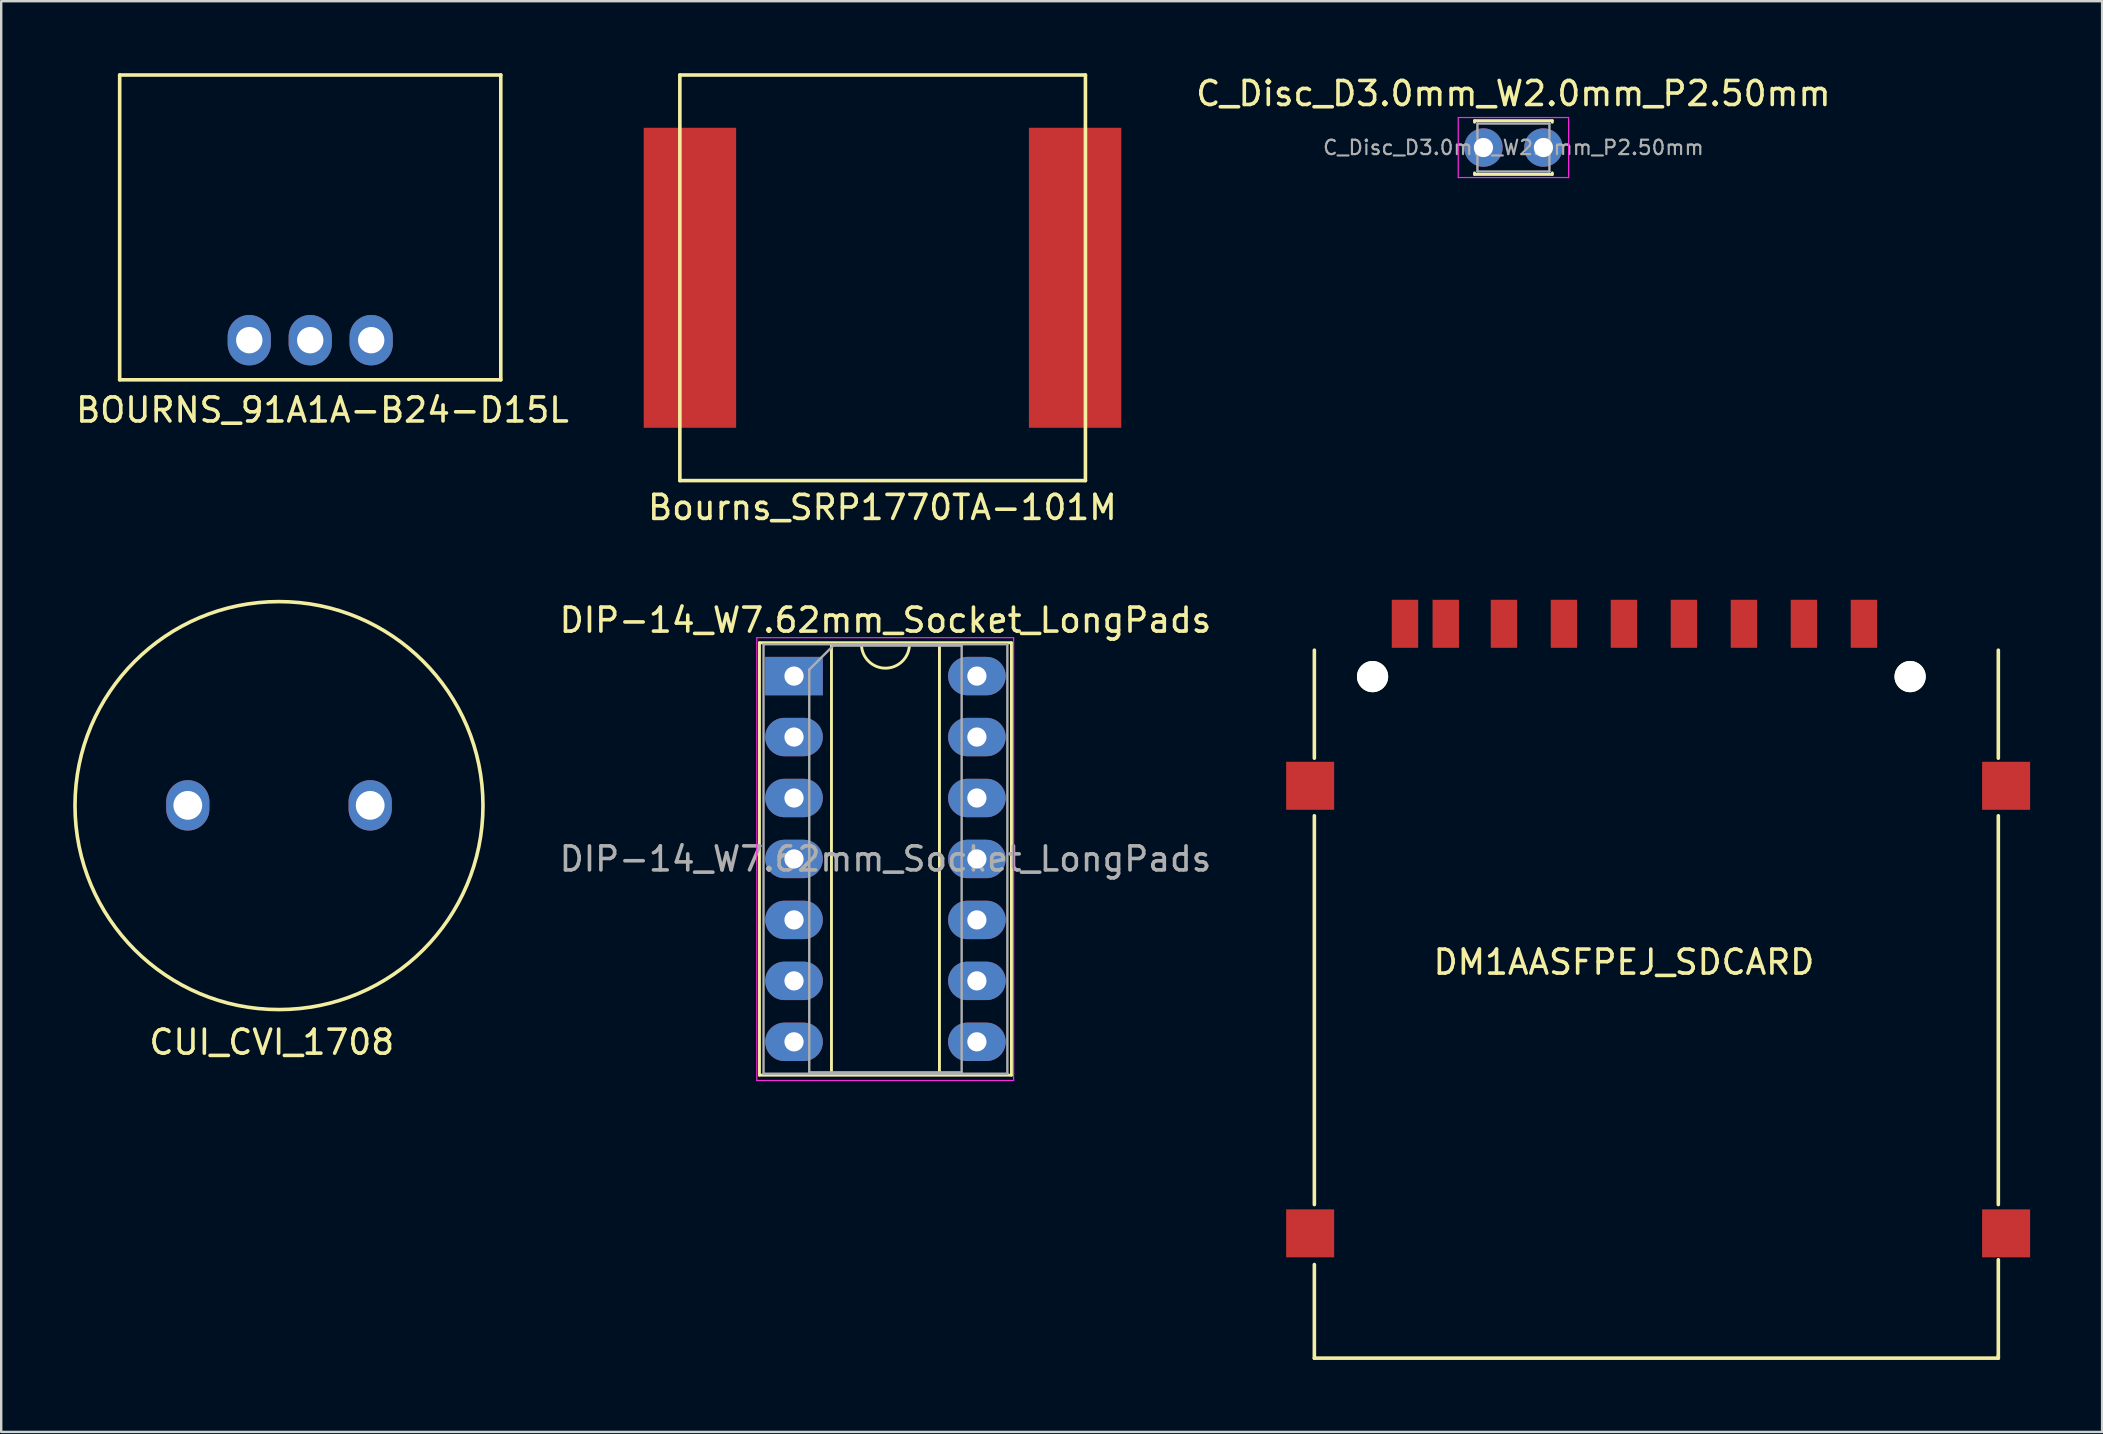
<source format=kicad_pcb>
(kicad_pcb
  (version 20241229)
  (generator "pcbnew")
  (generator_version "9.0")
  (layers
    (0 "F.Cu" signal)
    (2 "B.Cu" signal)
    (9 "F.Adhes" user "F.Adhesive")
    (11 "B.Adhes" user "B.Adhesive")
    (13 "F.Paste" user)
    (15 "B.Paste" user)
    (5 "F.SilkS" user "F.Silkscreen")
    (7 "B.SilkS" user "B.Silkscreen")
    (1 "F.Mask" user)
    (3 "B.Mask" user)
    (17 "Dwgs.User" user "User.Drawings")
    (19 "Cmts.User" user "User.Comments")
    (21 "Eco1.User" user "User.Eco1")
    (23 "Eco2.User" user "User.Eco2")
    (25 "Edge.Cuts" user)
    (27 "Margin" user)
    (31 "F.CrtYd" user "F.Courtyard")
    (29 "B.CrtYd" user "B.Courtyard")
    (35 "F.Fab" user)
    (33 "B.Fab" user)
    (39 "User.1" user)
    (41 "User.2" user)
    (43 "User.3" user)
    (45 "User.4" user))
  (footprint "C_Disc_D3.0mm_W2.0mm_P2.50mm"
    (layer "F.Cu")
    (at 58.763 3.098)
    (property "Reference" "C_Disc_D3.0mm_W2.0mm_P2.50mm" (at 1.25 -2.25 0) (layer "F.SilkS") (effects (font (size 1 1) (thickness 0.15))))
    (attr through_hole)
    (fp_line (start -0.37 -1.12) (end -0.37 -1.055) (stroke (width 0.12) (type solid)) (layer "F.SilkS"))
    (fp_line (start -0.37 -1.12) (end 2.87 -1.12) (stroke (width 0.12) (type solid)) (layer "F.SilkS"))
    (fp_line (start -0.37 1.055) (end -0.37 1.12) (stroke (width 0.12) (type solid)) (layer "F.SilkS"))
    (fp_line (start -0.37 1.12) (end 2.87 1.12) (stroke (width 0.12) (type solid)) (layer "F.SilkS"))
    (fp_line (start 2.87 -1.12) (end 2.87 -1.055) (stroke (width 0.12) (type solid)) (layer "F.SilkS"))
    (fp_line (start 2.87 1.055) (end 2.87 1.12) (stroke (width 0.12) (type solid)) (layer "F.SilkS"))
    (fp_line (start -1.05 -1.25) (end -1.05 1.25) (stroke (width 0.05) (type solid)) (layer "F.CrtYd"))
    (fp_line (start -1.05 1.25) (end 3.55 1.25) (stroke (width 0.05) (type solid)) (layer "F.CrtYd"))
    (fp_line (start 3.55 -1.25) (end -1.05 -1.25) (stroke (width 0.05) (type solid)) (layer "F.CrtYd"))
    (fp_line (start 3.55 1.25) (end 3.55 -1.25) (stroke (width 0.05) (type solid)) (layer "F.CrtYd"))
    (fp_line (start -0.25 -1) (end -0.25 1) (stroke (width 0.1) (type solid)) (layer "F.Fab"))
    (fp_line (start -0.25 1) (end 2.75 1) (stroke (width 0.1) (type solid)) (layer "F.Fab"))
    (fp_line (start 2.75 -1) (end -0.25 -1) (stroke (width 0.1) (type solid)) (layer "F.Fab"))
    (fp_line (start 2.75 1) (end 2.75 -1) (stroke (width 0.1) (type solid)) (layer "F.Fab"))
    (fp_text user "${REFERENCE}" (at 1.25 0 0) (layer "F.Fab") (effects (font (size 0.6 0.6) (thickness 0.09))))
    (pad "1" thru_hole circle (at 0 0) (size 1.6 1.6) (drill 0.8) (layers "*.Cu" "*.Mask"))
    (pad "2" thru_hole circle (at 2.5 0) (size 1.6 1.6) (drill 0.8) (layers "*.Cu" "*.Mask")))
  (footprint "CUI_CVI_1708"
    (layer "F.Cu")
    (at 4.775 30.518)
    (property "Reference" "CUI_CVI_1708" (at 3.5 9.86 0) (layer "F.SilkS") (effects (font (size 1 1) (thickness 0.15))))
    (attr through_hole)
    (fp_circle (center 3.8 0) (end 3.8 8.5) (stroke (width 0.15) (type solid)) (fill no) (layer "F.SilkS"))
    (pad "1" thru_hole oval (at 0 -0.01) (size 1.8 2.1) (drill 1.2) (layers "*.Cu" "*.Mask"))
    (pad "2" thru_hole oval (at 7.6 -0.01) (size 1.8 2.1) (drill 1.2) (layers "*.Cu" "*.Mask")))
  (footprint "DIP-14_W7.62mm_Socket_LongPads"
    (layer "F.Cu")
    (at 30.036 25.122)
    (property "Reference" "DIP-14_W7.62mm_Socket_LongPads" (at 3.81 -2.33 0) (layer "F.SilkS") (effects (font (size 1 1) (thickness 0.15))))
    (attr through_hole)
    (fp_line (start -1.44 -1.39) (end -1.44 16.63) (stroke (width 0.12) (type solid)) (layer "F.SilkS"))
    (fp_line (start -1.44 16.63) (end 9.06 16.63) (stroke (width 0.12) (type solid)) (layer "F.SilkS"))
    (fp_line (start 1.56 -1.33) (end 1.56 16.57) (stroke (width 0.12) (type solid)) (layer "F.SilkS"))
    (fp_line (start 1.56 16.57) (end 6.06 16.57) (stroke (width 0.12) (type solid)) (layer "F.SilkS"))
    (fp_line (start 2.81 -1.33) (end 1.56 -1.33) (stroke (width 0.12) (type solid)) (layer "F.SilkS"))
    (fp_line (start 6.06 -1.33) (end 4.81 -1.33) (stroke (width 0.12) (type solid)) (layer "F.SilkS"))
    (fp_line (start 6.06 16.57) (end 6.06 -1.33) (stroke (width 0.12) (type solid)) (layer "F.SilkS"))
    (fp_line (start 9.06 -1.39) (end -1.44 -1.39) (stroke (width 0.12) (type solid)) (layer "F.SilkS"))
    (fp_line (start 9.06 16.63) (end 9.06 -1.39) (stroke (width 0.12) (type solid)) (layer "F.SilkS"))
    (fp_arc (start 4.81 -1.33) (mid 3.81 -0.33) (end 2.81 -1.33) (stroke (width 0.12) (type solid)) (layer "F.SilkS"))
    (fp_line (start -1.55 -1.6) (end -1.55 16.85) (stroke (width 0.05) (type solid)) (layer "F.CrtYd"))
    (fp_line (start -1.55 16.85) (end 9.15 16.85) (stroke (width 0.05) (type solid)) (layer "F.CrtYd"))
    (fp_line (start 9.15 -1.6) (end -1.55 -1.6) (stroke (width 0.05) (type solid)) (layer "F.CrtYd"))
    (fp_line (start 9.15 16.85) (end 9.15 -1.6) (stroke (width 0.05) (type solid)) (layer "F.CrtYd"))
    (fp_line (start -1.27 -1.33) (end -1.27 16.57) (stroke (width 0.1) (type solid)) (layer "F.Fab"))
    (fp_line (start -1.27 16.57) (end 8.89 16.57) (stroke (width 0.1) (type solid)) (layer "F.Fab"))
    (fp_line (start 0.635 -0.27) (end 1.635 -1.27) (stroke (width 0.1) (type solid)) (layer "F.Fab"))
    (fp_line (start 0.635 16.51) (end 0.635 -0.27) (stroke (width 0.1) (type solid)) (layer "F.Fab"))
    (fp_line (start 1.635 -1.27) (end 6.985 -1.27) (stroke (width 0.1) (type solid)) (layer "F.Fab"))
    (fp_line (start 6.985 -1.27) (end 6.985 16.51) (stroke (width 0.1) (type solid)) (layer "F.Fab"))
    (fp_line (start 6.985 16.51) (end 0.635 16.51) (stroke (width 0.1) (type solid)) (layer "F.Fab"))
    (fp_line (start 8.89 -1.33) (end -1.27 -1.33) (stroke (width 0.1) (type solid)) (layer "F.Fab"))
    (fp_line (start 8.89 16.57) (end 8.89 -1.33) (stroke (width 0.1) (type solid)) (layer "F.Fab"))
    (fp_text user "${REFERENCE}" (at 3.81 7.62 0) (layer "F.Fab") (effects (font (size 1 1) (thickness 0.15))))
    (pad "1" thru_hole rect (at 0 0) (size 2.4 1.6) (drill 0.8) (layers "*.Cu" "*.Mask"))
    (pad "2" thru_hole oval (at 0 2.54) (size 2.4 1.6) (drill 0.8) (layers "*.Cu" "*.Mask"))
    (pad "3" thru_hole oval (at 0 5.08) (size 2.4 1.6) (drill 0.8) (layers "*.Cu" "*.Mask"))
    (pad "4" thru_hole oval (at 0 7.62) (size 2.4 1.6) (drill 0.8) (layers "*.Cu" "*.Mask"))
    (pad "5" thru_hole oval (at 0 10.16) (size 2.4 1.6) (drill 0.8) (layers "*.Cu" "*.Mask"))
    (pad "6" thru_hole oval (at 0 12.7) (size 2.4 1.6) (drill 0.8) (layers "*.Cu" "*.Mask"))
    (pad "7" thru_hole oval (at 0 15.24) (size 2.4 1.6) (drill 0.8) (layers "*.Cu" "*.Mask"))
    (pad "8" thru_hole oval (at 7.62 15.24) (size 2.4 1.6) (drill 0.8) (layers "*.Cu" "*.Mask"))
    (pad "9" thru_hole oval (at 7.62 12.7) (size 2.4 1.6) (drill 0.8) (layers "*.Cu" "*.Mask"))
    (pad "10" thru_hole oval (at 7.62 10.16) (size 2.4 1.6) (drill 0.8) (layers "*.Cu" "*.Mask"))
    (pad "11" thru_hole oval (at 7.62 7.62) (size 2.4 1.6) (drill 0.8) (layers "*.Cu" "*.Mask"))
    (pad "12" thru_hole oval (at 7.62 5.08) (size 2.4 1.6) (drill 0.8) (layers "*.Cu" "*.Mask"))
    (pad "13" thru_hole oval (at 7.62 2.54) (size 2.4 1.6) (drill 0.8) (layers "*.Cu" "*.Mask"))
    (pad "14" thru_hole oval (at 7.62 0) (size 2.4 1.6) (drill 0.8) (layers "*.Cu" "*.Mask")))
  (footprint "DM1AASFPEJ_SDCARD"
    (layer "F.Cu")
    (at 64.618 22.943)
    (property "Reference" "DM1AASFPEJ_SDCARD" (at 0 14.1 0) (layer "F.SilkS") (effects (font (size 1 1) (thickness 0.15))))
    (attr through_hole)
    (fp_line (start -12.9 5.6) (end -12.9 1.1) (stroke (width 0.15) (type solid)) (layer "F.SilkS"))
    (fp_line (start -12.9 24.2) (end -12.9 8) (stroke (width 0.15) (type solid)) (layer "F.SilkS"))
    (fp_line (start -12.9 30.6) (end -12.9 26.7) (stroke (width 0.15) (type solid)) (layer "F.SilkS"))
    (fp_line (start 15.6 5.6) (end 15.6 1.1) (stroke (width 0.15) (type solid)) (layer "F.SilkS"))
    (fp_line (start 15.6 24.2) (end 15.6 8) (stroke (width 0.15) (type solid)) (layer "F.SilkS"))
    (fp_line (start 15.6 26.5) (end 15.6 30.5) (stroke (width 0.15) (type solid)) (layer "F.SilkS"))
    (fp_line (start 15.6 30.6) (end -12.9 30.6) (stroke (width 0.15) (type solid)) (layer "F.SilkS"))
    (fp_line (start 15.6 30.6) (end 15.6 30.5) (stroke (width 0.15) (type solid)) (layer "F.SilkS"))
    (pad "" smd rect (at -13.075 6.75) (size 2 2) (layers "F.Cu" "F.Mask" "F.Paste"))
    (pad "" smd rect (at -13.075 25.4) (size 2 2) (layers "F.Cu" "F.Mask" "F.Paste"))
    (pad "" np_thru_hole circle (at -10.475 2.2) (size 1.3 1.3) (drill 1.3) (layers "*.Cu" "*.Mask" "F.SilkS"))
    (pad "" np_thru_hole circle (at 11.925 2.2) (size 1.3 1.3) (drill 1.3) (layers "*.Cu" "*.Mask" "F.SilkS"))
    (pad "" smd rect (at 15.925 6.75) (size 2 2) (layers "F.Cu" "F.Mask" "F.Paste"))
    (pad "" smd rect (at 15.925 25.4) (size 2 2) (layers "F.Cu" "F.Mask" "F.Paste"))
    (pad "1" smd rect (at 7.5 0) (size 1.1 2) (layers "F.Cu" "F.Mask" "F.Paste"))
    (pad "2" smd rect (at 5 0) (size 1.1 2) (layers "F.Cu" "F.Mask" "F.Paste"))
    (pad "3" smd rect (at 2.5 0) (size 1.1 2) (layers "F.Cu" "F.Mask" "F.Paste"))
    (pad "4" smd rect (at 0 0) (size 1.1 2) (layers "F.Cu" "F.Mask" "F.Paste"))
    (pad "5" smd rect (at -2.5 0) (size 1.1 2) (layers "F.Cu" "F.Mask" "F.Paste"))
    (pad "6" smd rect (at -5 0) (size 1.1 2) (layers "F.Cu" "F.Mask" "F.Paste"))
    (pad "7" smd rect (at -7.425 0) (size 1.1 2) (layers "F.Cu" "F.Mask" "F.Paste"))
    (pad "8" smd rect (at -9.125 0) (size 1.1 2) (layers "F.Cu" "F.Mask" "F.Paste"))
    (pad "9" smd rect (at 10 0) (size 1.1 2) (layers "F.Cu" "F.Mask" "F.Paste")))
  (footprint "BOURNS_91A1A-B24-D15L"
    (layer "F.Cu")
    (at 7.337 11.125)
    (property "Reference" "BOURNS_91A1A-B24-D15L" (at 3.05 2.91 0) (layer "F.SilkS") (effects (font (size 1 1) (thickness 0.15))))
    (attr through_hole)
    (fp_line (start -5.4 -11.05) (end 10.48 -11.05) (stroke (width 0.15) (type solid)) (layer "F.SilkS"))
    (fp_line (start -5.4 1.65) (end -5.4 -11.05) (stroke (width 0.15) (type solid)) (layer "F.SilkS"))
    (fp_line (start 10.48 -11.05) (end 10.48 1.65) (stroke (width 0.15) (type solid)) (layer "F.SilkS"))
    (fp_line (start 10.48 1.65) (end -5.4 1.65) (stroke (width 0.15) (type solid)) (layer "F.SilkS"))
    (pad "1" thru_hole oval (at 5.08 0 270) (size 2.1 1.8) (drill 1.1) (layers "*.Cu" "*.Mask"))
    (pad "2" thru_hole oval (at 2.54 0 270) (size 2.1 1.8) (drill 1.1) (layers "*.Cu" "*.Mask"))
    (pad "3" thru_hole oval (at 0 0 270) (size 2.1 1.8) (drill 1.1) (layers "*.Cu" "*.Mask")))
  (footprint "Bourns_SRP1770TA-101M"
    (layer "F.Cu")
    (at 26.049 8.525)
    (property "Reference" "Bourns_SRP1770TA-101M" (at 7.67 9.57 0) (layer "F.SilkS") (effects (font (size 1 1) (thickness 0.15))))
    (attr through_hole)
    (fp_line (start -0.77 -8.45) (end 16.13 -8.45) (stroke (width 0.15) (type solid)) (layer "F.SilkS"))
    (fp_line (start -0.77 8.45) (end -0.77 -8.45) (stroke (width 0.15) (type solid)) (layer "F.SilkS"))
    (fp_line (start 16.13 -8.45) (end 16.13 8.45) (stroke (width 0.15) (type solid)) (layer "F.SilkS"))
    (fp_line (start 16.13 8.45) (end -0.77 8.45) (stroke (width 0.15) (type solid)) (layer "F.SilkS"))
    (pad "1" smd rect (at -0.35 0) (size 3.85 12.5) (layers "F.Cu" "F.Mask" "F.Paste"))
    (pad "2" smd rect (at 15.7 0) (size 3.85 12.5) (layers "F.Cu" "F.Mask" "F.Paste")))
  (gr_rect
    (start -3 -3)
    (end 84.543 56.618)
    (stroke (width 0.1) (type default))
    (fill no)
    (layer "Edge.Cuts")))
</source>
